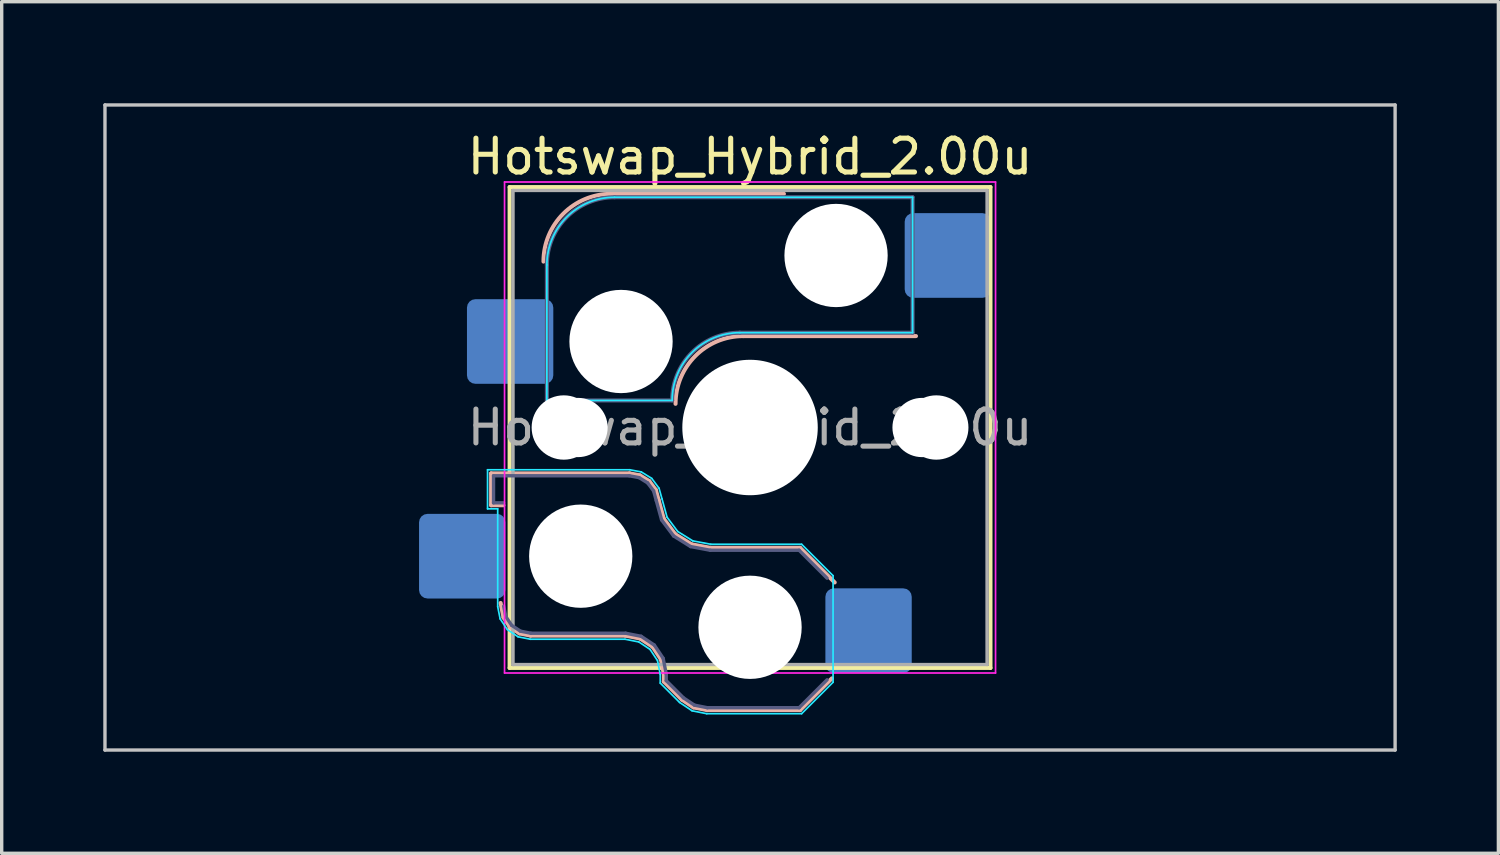
<source format=kicad_pcb>
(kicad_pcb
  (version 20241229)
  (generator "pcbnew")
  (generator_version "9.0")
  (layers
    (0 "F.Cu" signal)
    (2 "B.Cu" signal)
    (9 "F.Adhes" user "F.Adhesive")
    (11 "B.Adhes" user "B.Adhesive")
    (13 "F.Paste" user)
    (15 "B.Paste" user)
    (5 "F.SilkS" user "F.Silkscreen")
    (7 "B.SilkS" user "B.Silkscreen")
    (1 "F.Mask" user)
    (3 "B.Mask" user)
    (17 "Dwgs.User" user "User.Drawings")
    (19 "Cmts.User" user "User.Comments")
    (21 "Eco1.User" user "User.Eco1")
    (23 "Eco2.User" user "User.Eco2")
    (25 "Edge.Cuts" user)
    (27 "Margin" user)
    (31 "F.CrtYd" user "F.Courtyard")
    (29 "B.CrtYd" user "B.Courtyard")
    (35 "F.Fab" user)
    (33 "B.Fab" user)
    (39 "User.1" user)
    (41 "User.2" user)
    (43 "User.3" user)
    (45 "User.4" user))
  (footprint "Hotswap_Hybrid_2.00u"
    (layer "F.Cu")
    (at 19.1 9.575)
    (property "Reference" "Hotswap_Hybrid_2.00u" (at 0 -8 0) (layer "F.SilkS") (effects (font (size 1 1) (thickness 0.15))))
    (attr smd)
    (fp_line (start -7.1 -7.1) (end -7.1 7.1) (stroke (width 0.12) (type solid)) (layer "F.SilkS"))
    (fp_line (start -7.1 7.1) (end 7.1 7.1) (stroke (width 0.12) (type solid)) (layer "F.SilkS"))
    (fp_line (start 7.1 -7.1) (end -7.1 -7.1) (stroke (width 0.12) (type solid)) (layer "F.SilkS"))
    (fp_line (start 7.1 7.1) (end 7.1 -7.1) (stroke (width 0.12) (type solid)) (layer "F.SilkS"))
    (fp_line (start -7.646 1.354) (end -3.56 1.354) (stroke (width 0.12) (type solid)) (layer "B.SilkS"))
    (fp_line (start -7.646 2.296) (end -7.646 1.354) (stroke (width 0.12) (type solid)) (layer "B.SilkS"))
    (fp_line (start -7.283 2.296) (end -7.646 2.296) (stroke (width 0.12) (type solid)) (layer "B.SilkS"))
    (fp_line (start -7.281 5.609) (end -7.366 5.182) (stroke (width 0.12) (type solid)) (layer "B.SilkS"))
    (fp_line (start -7.092 5.892) (end -7.281 5.609) (stroke (width 0.12) (type solid)) (layer "B.SilkS"))
    (fp_line (start -6.809 6.081) (end -7.092 5.892) (stroke (width 0.12) (type solid)) (layer "B.SilkS"))
    (fp_line (start -6.482 6.146) (end -6.809 6.081) (stroke (width 0.12) (type solid)) (layer "B.SilkS"))
    (fp_line (start -4.1 -6.9) (end 1 -6.9) (stroke (width 0.12) (type solid)) (layer "B.SilkS"))
    (fp_line (start -3.682 6.146) (end -6.482 6.146) (stroke (width 0.12) (type solid)) (layer "B.SilkS"))
    (fp_line (start -3.56 1.354) (end -3.25 1.413) (stroke (width 0.12) (type solid)) (layer "B.SilkS"))
    (fp_line (start -3.25 1.413) (end -2.976 1.583) (stroke (width 0.12) (type solid)) (layer "B.SilkS"))
    (fp_line (start -3.244 6.233) (end -3.682 6.146) (stroke (width 0.12) (type solid)) (layer "B.SilkS"))
    (fp_line (start -2.976 1.583) (end -2.783 1.841) (stroke (width 0.12) (type solid)) (layer "B.SilkS"))
    (fp_line (start -2.877 6.477) (end -3.244 6.233) (stroke (width 0.12) (type solid)) (layer "B.SilkS"))
    (fp_line (start -2.783 1.841) (end -2.701 2.139) (stroke (width 0.12) (type solid)) (layer "B.SilkS"))
    (fp_line (start -2.701 2.139) (end -2.547 2.697) (stroke (width 0.12) (type solid)) (layer "B.SilkS"))
    (fp_line (start -2.633 6.844) (end -2.877 6.477) (stroke (width 0.12) (type solid)) (layer "B.SilkS"))
    (fp_line (start -2.547 2.697) (end -2.209 3.15) (stroke (width 0.12) (type solid)) (layer "B.SilkS"))
    (fp_line (start -2.546 7.504) (end -2.546 7.282) (stroke (width 0.12) (type solid)) (layer "B.SilkS"))
    (fp_line (start -2.546 7.282) (end -2.633 6.844) (stroke (width 0.12) (type solid)) (layer "B.SilkS"))
    (fp_line (start -2.209 3.15) (end -1.73 3.449) (stroke (width 0.12) (type solid)) (layer "B.SilkS"))
    (fp_line (start -2.013 8.037) (end -2.546 7.504) (stroke (width 0.12) (type solid)) (layer "B.SilkS"))
    (fp_line (start -1.73 3.449) (end -1.168 3.554) (stroke (width 0.12) (type solid)) (layer "B.SilkS"))
    (fp_line (start -1.671 8.266) (end -2.013 8.037) (stroke (width 0.12) (type solid)) (layer "B.SilkS"))
    (fp_line (start -1.268 8.346) (end -1.671 8.266) (stroke (width 0.12) (type solid)) (layer "B.SilkS"))
    (fp_line (start -1.168 3.554) (end 1.479 3.554) (stroke (width 0.12) (type solid)) (layer "B.SilkS"))
    (fp_line (start -0.2 -2.7) (end 4.9 -2.7) (stroke (width 0.12) (type solid)) (layer "B.SilkS"))
    (fp_line (start 1.479 3.554) (end 2.5 4.575) (stroke (width 0.12) (type solid)) (layer "B.SilkS"))
    (fp_line (start 1.479 8.346) (end -1.268 8.346) (stroke (width 0.12) (type solid)) (layer "B.SilkS"))
    (fp_line (start 2.416 7.409) (end 1.479 8.346) (stroke (width 0.12) (type solid)) (layer "B.SilkS"))
    (fp_arc (start -6.1 -4.9) (mid -5.514214 -6.314214) (end -4.1 -6.9) (stroke (width 0.12) (type solid)) (layer "B.SilkS"))
    (fp_arc (start -2.2 -0.7) (mid -1.614214 -2.114214) (end -0.2 -2.7) (stroke (width 0.12) (type solid)) (layer "B.SilkS"))
    (fp_line (start -19.05 -9.525) (end -19.05 9.525) (stroke (width 0.1) (type solid)) (layer "Dwgs.User"))
    (fp_line (start -19.05 9.525) (end 19.05 9.525) (stroke (width 0.1) (type solid)) (layer "Dwgs.User"))
    (fp_line (start 19.05 -9.525) (end -19.05 -9.525) (stroke (width 0.1) (type solid)) (layer "Dwgs.User"))
    (fp_line (start 19.05 9.525) (end 19.05 -9.525) (stroke (width 0.1) (type solid)) (layer "Dwgs.User"))
    (fp_line (start -7.8 -6) (end -7 -6) (stroke (width 0.1) (type solid)) (layer "Eco1.User"))
    (fp_line (start -7.8 -2.9) (end -7.8 -6) (stroke (width 0.1) (type solid)) (layer "Eco1.User"))
    (fp_line (start -7.8 2.9) (end -7 2.9) (stroke (width 0.1) (type solid)) (layer "Eco1.User"))
    (fp_line (start -7.8 6) (end -7.8 2.9) (stroke (width 0.1) (type solid)) (layer "Eco1.User"))
    (fp_line (start -7 -7) (end 7 -7) (stroke (width 0.1) (type solid)) (layer "Eco1.User"))
    (fp_line (start -7 -6) (end -7 -7) (stroke (width 0.1) (type solid)) (layer "Eco1.User"))
    (fp_line (start -7 -2.9) (end -7.8 -2.9) (stroke (width 0.1) (type solid)) (layer "Eco1.User"))
    (fp_line (start -7 2.9) (end -7 -2.9) (stroke (width 0.1) (type solid)) (layer "Eco1.User"))
    (fp_line (start -7 6) (end -7.8 6) (stroke (width 0.1) (type solid)) (layer "Eco1.User"))
    (fp_line (start -7 7) (end -7 6) (stroke (width 0.1) (type solid)) (layer "Eco1.User"))
    (fp_line (start 7 -7) (end 7 -6) (stroke (width 0.1) (type solid)) (layer "Eco1.User"))
    (fp_line (start 7 -6) (end 7.8 -6) (stroke (width 0.1) (type solid)) (layer "Eco1.User"))
    (fp_line (start 7 -2.9) (end 7 2.9) (stroke (width 0.1) (type solid)) (layer "Eco1.User"))
    (fp_line (start 7 2.9) (end 7.8 2.9) (stroke (width 0.1) (type solid)) (layer "Eco1.User"))
    (fp_line (start 7 6) (end 7 7) (stroke (width 0.1) (type solid)) (layer "Eco1.User"))
    (fp_line (start 7 7) (end -7 7) (stroke (width 0.1) (type solid)) (layer "Eco1.User"))
    (fp_line (start 7.8 -6) (end 7.8 -2.9) (stroke (width 0.1) (type solid)) (layer "Eco1.User"))
    (fp_line (start 7.8 -2.9) (end 7 -2.9) (stroke (width 0.1) (type solid)) (layer "Eco1.User"))
    (fp_line (start 7.8 2.9) (end 7.8 6) (stroke (width 0.1) (type solid)) (layer "Eco1.User"))
    (fp_line (start 7.8 6) (end 7 6) (stroke (width 0.1) (type solid)) (layer "Eco1.User"))
    (fp_line (start -7.752 1.248) (end -3.55 1.248) (stroke (width 0.05) (type solid)) (layer "B.CrtYd"))
    (fp_line (start -7.752 2.402) (end -7.752 1.248) (stroke (width 0.05) (type solid)) (layer "B.CrtYd"))
    (fp_line (start -7.452 2.402) (end -7.752 2.402) (stroke (width 0.05) (type solid)) (layer "B.CrtYd"))
    (fp_line (start -7.452 5.292) (end -7.452 2.402) (stroke (width 0.05) (type solid)) (layer "B.CrtYd"))
    (fp_line (start -7.381 5.65) (end -7.452 5.292) (stroke (width 0.05) (type solid)) (layer "B.CrtYd"))
    (fp_line (start -7.168 5.968) (end -7.381 5.65) (stroke (width 0.05) (type solid)) (layer "B.CrtYd"))
    (fp_line (start -6.85 6.181) (end -7.168 5.968) (stroke (width 0.05) (type solid)) (layer "B.CrtYd"))
    (fp_line (start -6.492 6.252) (end -6.85 6.181) (stroke (width 0.05) (type solid)) (layer "B.CrtYd"))
    (fp_line (start -6 -0.8) (end -6 -4.8) (stroke (width 0.05) (type solid)) (layer "B.CrtYd"))
    (fp_line (start -6 -0.8) (end -2.3 -0.8) (stroke (width 0.05) (type solid)) (layer "B.CrtYd"))
    (fp_line (start -4 -6.8) (end 4.8 -6.8) (stroke (width 0.05) (type solid)) (layer "B.CrtYd"))
    (fp_line (start -3.692 6.252) (end -6.492 6.252) (stroke (width 0.05) (type solid)) (layer "B.CrtYd"))
    (fp_line (start -3.55 1.248) (end -3.211 1.312) (stroke (width 0.05) (type solid)) (layer "B.CrtYd"))
    (fp_line (start -3.285 6.333) (end -3.692 6.252) (stroke (width 0.05) (type solid)) (layer "B.CrtYd"))
    (fp_line (start -3.211 1.312) (end -2.903 1.503) (stroke (width 0.05) (type solid)) (layer "B.CrtYd"))
    (fp_line (start -2.953 6.553) (end -3.285 6.333) (stroke (width 0.05) (type solid)) (layer "B.CrtYd"))
    (fp_line (start -2.903 1.503) (end -2.687 1.794) (stroke (width 0.05) (type solid)) (layer "B.CrtYd"))
    (fp_line (start -2.733 6.885) (end -2.953 6.553) (stroke (width 0.05) (type solid)) (layer "B.CrtYd"))
    (fp_line (start -2.687 1.794) (end -2.599 2.111) (stroke (width 0.05) (type solid)) (layer "B.CrtYd"))
    (fp_line (start -2.652 7.292) (end -2.733 6.885) (stroke (width 0.05) (type solid)) (layer "B.CrtYd"))
    (fp_line (start -2.652 7.548) (end -2.652 7.292) (stroke (width 0.05) (type solid)) (layer "B.CrtYd"))
    (fp_line (start -2.599 2.111) (end -2.45 2.65) (stroke (width 0.05) (type solid)) (layer "B.CrtYd"))
    (fp_line (start -2.45 2.65) (end -2.136 3.071) (stroke (width 0.05) (type solid)) (layer "B.CrtYd"))
    (fp_line (start -2.136 3.071) (end -1.691 3.348) (stroke (width 0.05) (type solid)) (layer "B.CrtYd"))
    (fp_line (start -2.081 8.119) (end -2.652 7.548) (stroke (width 0.05) (type solid)) (layer "B.CrtYd"))
    (fp_line (start -1.712 8.366) (end -2.081 8.119) (stroke (width 0.05) (type solid)) (layer "B.CrtYd"))
    (fp_line (start -1.691 3.348) (end -1.159 3.448) (stroke (width 0.05) (type solid)) (layer "B.CrtYd"))
    (fp_line (start -1.278 8.452) (end -1.712 8.366) (stroke (width 0.05) (type solid)) (layer "B.CrtYd"))
    (fp_line (start -1.159 3.448) (end 1.523 3.448) (stroke (width 0.05) (type solid)) (layer "B.CrtYd"))
    (fp_line (start -0.3 -2.8) (end 4.8 -2.8) (stroke (width 0.05) (type solid)) (layer "B.CrtYd"))
    (fp_line (start 1.523 3.448) (end 2.452 4.377) (stroke (width 0.05) (type solid)) (layer "B.CrtYd"))
    (fp_line (start 1.523 8.452) (end -1.278 8.452) (stroke (width 0.05) (type solid)) (layer "B.CrtYd"))
    (fp_line (start 2.452 4.377) (end 2.452 7.523) (stroke (width 0.05) (type solid)) (layer "B.CrtYd"))
    (fp_line (start 2.452 7.523) (end 1.523 8.452) (stroke (width 0.05) (type solid)) (layer "B.CrtYd"))
    (fp_line (start 4.8 -6.8) (end 4.8 -2.8) (stroke (width 0.05) (type solid)) (layer "B.CrtYd"))
    (fp_arc (start -6 -4.8) (mid -5.414214 -6.214213) (end -4 -6.8) (stroke (width 0.05) (type solid)) (layer "B.CrtYd"))
    (fp_arc (start -2.3 -0.8) (mid -1.714214 -2.214214) (end -0.3 -2.8) (stroke (width 0.05) (type solid)) (layer "B.CrtYd"))
    (fp_line (start -7.25 -7.25) (end -7.25 7.25) (stroke (width 0.05) (type solid)) (layer "F.CrtYd"))
    (fp_line (start -7.25 7.25) (end 7.25 7.25) (stroke (width 0.05) (type solid)) (layer "F.CrtYd"))
    (fp_line (start 7.25 -7.25) (end -7.25 -7.25) (stroke (width 0.05) (type solid)) (layer "F.CrtYd"))
    (fp_line (start 7.25 7.25) (end 7.25 -7.25) (stroke (width 0.05) (type solid)) (layer "F.CrtYd"))
    (fp_line (start -7.575 1.425) (end -3.567 1.425) (stroke (width 0.1) (type solid)) (layer "B.Fab"))
    (fp_line (start -7.575 2.225) (end -7.575 1.425) (stroke (width 0.1) (type solid)) (layer "B.Fab"))
    (fp_line (start -7.275 2.225) (end -7.575 2.225) (stroke (width 0.1) (type solid)) (layer "B.Fab"))
    (fp_line (start -7.214 5.581) (end -7.275 5.275) (stroke (width 0.1) (type solid)) (layer "B.Fab"))
    (fp_line (start -7.041 5.841) (end -7.214 5.581) (stroke (width 0.1) (type solid)) (layer "B.Fab"))
    (fp_line (start -6.781 6.014) (end -7.041 5.841) (stroke (width 0.1) (type solid)) (layer "B.Fab"))
    (fp_line (start -6.475 6.075) (end -6.781 6.014) (stroke (width 0.1) (type solid)) (layer "B.Fab"))
    (fp_line (start -6 -0.8) (end -6 -4.8) (stroke (width 0.12) (type solid)) (layer "B.Fab"))
    (fp_line (start -6 -0.8) (end -2.3 -0.8) (stroke (width 0.12) (type solid)) (layer "B.Fab"))
    (fp_line (start -4 -6.8) (end 4.8 -6.8) (stroke (width 0.12) (type solid)) (layer "B.Fab"))
    (fp_line (start -3.675 6.075) (end -6.475 6.075) (stroke (width 0.1) (type solid)) (layer "B.Fab"))
    (fp_line (start -3.567 1.425) (end -3.276 1.48) (stroke (width 0.1) (type solid)) (layer "B.Fab"))
    (fp_line (start -3.276 1.48) (end -3.025 1.636) (stroke (width 0.1) (type solid)) (layer "B.Fab"))
    (fp_line (start -3.216 6.166) (end -3.675 6.075) (stroke (width 0.1) (type solid)) (layer "B.Fab"))
    (fp_line (start -3.025 1.636) (end -2.848 1.873) (stroke (width 0.1) (type solid)) (layer "B.Fab"))
    (fp_line (start -2.848 1.873) (end -2.769 2.158) (stroke (width 0.1) (type solid)) (layer "B.Fab"))
    (fp_line (start -2.826 6.426) (end -3.216 6.166) (stroke (width 0.1) (type solid)) (layer "B.Fab"))
    (fp_line (start -2.769 2.158) (end -2.612 2.729) (stroke (width 0.1) (type solid)) (layer "B.Fab"))
    (fp_line (start -2.612 2.729) (end -2.258 3.203) (stroke (width 0.1) (type solid)) (layer "B.Fab"))
    (fp_line (start -2.566 6.816) (end -2.826 6.426) (stroke (width 0.1) (type solid)) (layer "B.Fab"))
    (fp_line (start -2.475 7.275) (end -2.566 6.816) (stroke (width 0.1) (type solid)) (layer "B.Fab"))
    (fp_line (start -2.475 7.475) (end -2.475 7.275) (stroke (width 0.1) (type solid)) (layer "B.Fab"))
    (fp_line (start -2.258 3.203) (end -1.756 3.516) (stroke (width 0.1) (type solid)) (layer "B.Fab"))
    (fp_line (start -1.968 7.982) (end -2.475 7.475) (stroke (width 0.1) (type solid)) (layer "B.Fab"))
    (fp_line (start -1.756 3.516) (end -1.175 3.625) (stroke (width 0.1) (type solid)) (layer "B.Fab"))
    (fp_line (start -1.643 8.199) (end -1.968 7.982) (stroke (width 0.1) (type solid)) (layer "B.Fab"))
    (fp_line (start -1.261 8.275) (end -1.643 8.199) (stroke (width 0.1) (type solid)) (layer "B.Fab"))
    (fp_line (start -1.175 3.625) (end 1.45 3.625) (stroke (width 0.1) (type solid)) (layer "B.Fab"))
    (fp_line (start -0.3 -2.8) (end 4.8 -2.8) (stroke (width 0.12) (type solid)) (layer "B.Fab"))
    (fp_line (start 1.45 3.625) (end 2.275 4.45) (stroke (width 0.1) (type solid)) (layer "B.Fab"))
    (fp_line (start 1.45 8.275) (end -1.261 8.275) (stroke (width 0.1) (type solid)) (layer "B.Fab"))
    (fp_line (start 2.275 7.45) (end 1.45 8.275) (stroke (width 0.1) (type solid)) (layer "B.Fab"))
    (fp_line (start 4.8 -6.8) (end 4.8 -2.8) (stroke (width 0.12) (type solid)) (layer "B.Fab"))
    (fp_arc (start -6 -4.8) (mid -5.414214 -6.214213) (end -4 -6.8) (stroke (width 0.12) (type solid)) (layer "B.Fab"))
    (fp_arc (start -2.3 -0.8) (mid -1.714214 -2.214214) (end -0.3 -2.8) (stroke (width 0.12) (type solid)) (layer "B.Fab"))
    (fp_line (start -7 -7) (end -7 7) (stroke (width 0.1) (type solid)) (layer "F.Fab"))
    (fp_line (start -7 7) (end 7 7) (stroke (width 0.1) (type solid)) (layer "F.Fab"))
    (fp_line (start 7 -7) (end -7 -7) (stroke (width 0.1) (type solid)) (layer "F.Fab"))
    (fp_line (start 7 7) (end 7 -7) (stroke (width 0.1) (type solid)) (layer "F.Fab"))
    (fp_text user "${REFERENCE}" (at 0 0 0) (layer "F.Fab") (effects (font (size 1 1) (thickness 0.15))))
    (pad "" np_thru_hole circle (at -5.5 0 180) (size 1.9 1.9) (drill 1.9) (layers "*.Cu" "*.Mask"))
    (pad "" np_thru_hole circle (at -5.08 0) (size 1.75 1.75) (drill 1.75) (layers "*.Cu" "*.Mask"))
    (pad "" np_thru_hole circle (at -5 3.8 180) (size 3.05 3.05) (drill 3.05) (layers "*.Cu" "*.Mask"))
    (pad "" np_thru_hole circle (at -3.81 -2.54) (size 3.05 3.05) (drill 3.05) (layers "*.Cu" "*.Mask"))
    (pad "" np_thru_hole circle (at 0 0 180) (size 3.45 3.45) (drill 3.45) (layers "*.Cu" "*.Mask"))
    (pad "" np_thru_hole circle (at 0 0) (size 4 4) (drill 4) (layers "*.Cu" "*.Mask"))
    (pad "" np_thru_hole circle (at 0 5.9 180) (size 3.05 3.05) (drill 3.05) (layers "*.Cu" "*.Mask"))
    (pad "" np_thru_hole circle (at 2.54 -5.08) (size 3.05 3.05) (drill 3.05) (layers "*.Cu" "*.Mask"))
    (pad "" np_thru_hole circle (at 5.08 0) (size 1.75 1.75) (drill 1.75) (layers "*.Cu" "*.Mask"))
    (pad "" np_thru_hole circle (at 5.5 0 180) (size 1.9 1.9) (drill 1.9) (layers "*.Cu" "*.Mask"))
    (pad "1" smd roundrect (at -7.085 -2.54) (size 2.55 2.5) (layers "B.Cu" "B.Mask" "B.Paste") (roundrect_rratio 0.1))
    (pad "1" smd roundrect (at 3.5 6 180) (size 2.55 2.5) (layers "B.Cu" "B.Mask" "B.Paste") (roundrect_rratio 0.1))
    (pad "2" smd roundrect (at -8.5 3.8 180) (size 2.55 2.5) (layers "B.Cu" "B.Mask" "B.Paste") (roundrect_rratio 0.1))
    (pad "2" smd roundrect (at 5.842 -5.08) (size 2.55 2.5) (layers "B.Cu" "B.Mask" "B.Paste") (roundrect_rratio 0.1)))
  (gr_rect
    (start -3 -3)
    (end 41.2 22.15)
    (stroke (width 0.1) (type default))
    (fill no)
    (layer "Edge.Cuts")))
</source>
